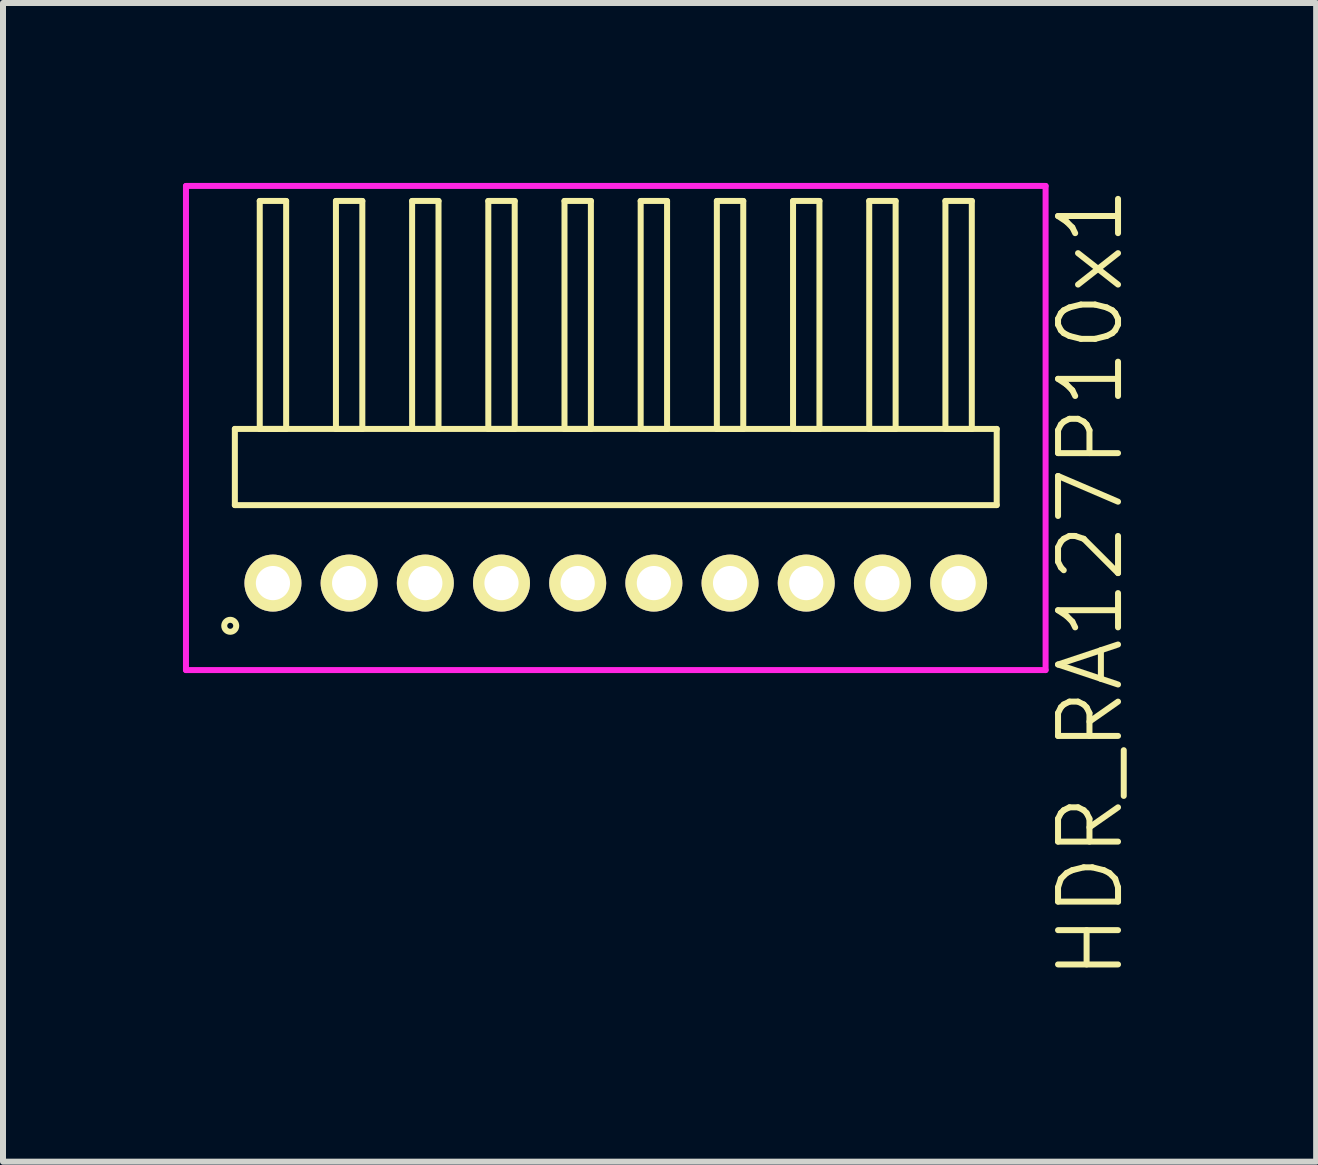
<source format=kicad_pcb>
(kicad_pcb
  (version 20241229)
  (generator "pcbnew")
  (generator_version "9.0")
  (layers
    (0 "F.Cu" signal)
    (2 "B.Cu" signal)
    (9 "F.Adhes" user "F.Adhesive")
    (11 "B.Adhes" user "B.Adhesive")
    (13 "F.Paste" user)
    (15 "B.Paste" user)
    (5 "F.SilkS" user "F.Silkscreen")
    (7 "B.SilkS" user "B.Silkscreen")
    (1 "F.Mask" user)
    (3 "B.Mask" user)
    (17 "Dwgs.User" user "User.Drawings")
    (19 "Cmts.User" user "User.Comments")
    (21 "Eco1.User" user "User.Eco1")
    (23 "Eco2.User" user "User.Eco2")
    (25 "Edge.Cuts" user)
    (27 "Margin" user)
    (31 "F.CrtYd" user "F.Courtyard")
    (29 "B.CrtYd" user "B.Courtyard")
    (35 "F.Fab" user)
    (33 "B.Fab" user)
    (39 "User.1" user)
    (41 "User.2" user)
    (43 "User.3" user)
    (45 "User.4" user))
  (footprint "HDR_RA127P10x1"
    (layer "F.Cu")
    (at 7.215 6.67)
    (property "Reference" "HDR_RA127P10x1" (at 7.915 0 90) (layer "F.SilkS") (effects (font (size 1 1) (thickness 0.1))))
    (attr through_hole)
    (fp_line (start -6.35 -2.57) (end -6.35 -1.3) (stroke (width 0.1) (type solid)) (layer "F.SilkS"))
    (fp_line (start -6.35 -1.3) (end 6.35 -1.3) (stroke (width 0.1) (type solid)) (layer "F.SilkS"))
    (fp_line (start -5.935 -6.37) (end -5.935 -2.57) (stroke (width 0.1) (type solid)) (layer "F.SilkS"))
    (fp_line (start -5.935 -2.57) (end -5.495 -2.57) (stroke (width 0.1) (type solid)) (layer "F.SilkS"))
    (fp_line (start -5.495 -6.37) (end -5.935 -6.37) (stroke (width 0.1) (type solid)) (layer "F.SilkS"))
    (fp_line (start -5.495 -2.57) (end -5.495 -6.37) (stroke (width 0.1) (type solid)) (layer "F.SilkS"))
    (fp_line (start -4.665 -6.37) (end -4.665 -2.57) (stroke (width 0.1) (type solid)) (layer "F.SilkS"))
    (fp_line (start -4.665 -2.57) (end -4.225 -2.57) (stroke (width 0.1) (type solid)) (layer "F.SilkS"))
    (fp_line (start -4.225 -6.37) (end -4.665 -6.37) (stroke (width 0.1) (type solid)) (layer "F.SilkS"))
    (fp_line (start -4.225 -2.57) (end -4.225 -6.37) (stroke (width 0.1) (type solid)) (layer "F.SilkS"))
    (fp_line (start -3.395 -6.37) (end -3.395 -2.57) (stroke (width 0.1) (type solid)) (layer "F.SilkS"))
    (fp_line (start -3.395 -2.57) (end -2.955 -2.57) (stroke (width 0.1) (type solid)) (layer "F.SilkS"))
    (fp_line (start -2.955 -6.37) (end -3.395 -6.37) (stroke (width 0.1) (type solid)) (layer "F.SilkS"))
    (fp_line (start -2.955 -2.57) (end -2.955 -6.37) (stroke (width 0.1) (type solid)) (layer "F.SilkS"))
    (fp_line (start -2.125 -6.37) (end -2.125 -2.57) (stroke (width 0.1) (type solid)) (layer "F.SilkS"))
    (fp_line (start -2.125 -2.57) (end -1.685 -2.57) (stroke (width 0.1) (type solid)) (layer "F.SilkS"))
    (fp_line (start -1.685 -6.37) (end -2.125 -6.37) (stroke (width 0.1) (type solid)) (layer "F.SilkS"))
    (fp_line (start -1.685 -2.57) (end -1.685 -6.37) (stroke (width 0.1) (type solid)) (layer "F.SilkS"))
    (fp_line (start -0.855 -6.37) (end -0.855 -2.57) (stroke (width 0.1) (type solid)) (layer "F.SilkS"))
    (fp_line (start -0.855 -2.57) (end -0.415 -2.57) (stroke (width 0.1) (type solid)) (layer "F.SilkS"))
    (fp_line (start -0.415 -6.37) (end -0.855 -6.37) (stroke (width 0.1) (type solid)) (layer "F.SilkS"))
    (fp_line (start -0.415 -2.57) (end -0.415 -6.37) (stroke (width 0.1) (type solid)) (layer "F.SilkS"))
    (fp_line (start 0.415 -6.37) (end 0.415 -2.57) (stroke (width 0.1) (type solid)) (layer "F.SilkS"))
    (fp_line (start 0.415 -2.57) (end 0.855 -2.57) (stroke (width 0.1) (type solid)) (layer "F.SilkS"))
    (fp_line (start 0.855 -6.37) (end 0.415 -6.37) (stroke (width 0.1) (type solid)) (layer "F.SilkS"))
    (fp_line (start 0.855 -2.57) (end 0.855 -6.37) (stroke (width 0.1) (type solid)) (layer "F.SilkS"))
    (fp_line (start 1.685 -6.37) (end 1.685 -2.57) (stroke (width 0.1) (type solid)) (layer "F.SilkS"))
    (fp_line (start 1.685 -2.57) (end 2.125 -2.57) (stroke (width 0.1) (type solid)) (layer "F.SilkS"))
    (fp_line (start 2.125 -6.37) (end 1.685 -6.37) (stroke (width 0.1) (type solid)) (layer "F.SilkS"))
    (fp_line (start 2.125 -2.57) (end 2.125 -6.37) (stroke (width 0.1) (type solid)) (layer "F.SilkS"))
    (fp_line (start 2.955 -6.37) (end 2.955 -2.57) (stroke (width 0.1) (type solid)) (layer "F.SilkS"))
    (fp_line (start 2.955 -2.57) (end 3.395 -2.57) (stroke (width 0.1) (type solid)) (layer "F.SilkS"))
    (fp_line (start 3.395 -6.37) (end 2.955 -6.37) (stroke (width 0.1) (type solid)) (layer "F.SilkS"))
    (fp_line (start 3.395 -2.57) (end 3.395 -6.37) (stroke (width 0.1) (type solid)) (layer "F.SilkS"))
    (fp_line (start 4.225 -6.37) (end 4.225 -2.57) (stroke (width 0.1) (type solid)) (layer "F.SilkS"))
    (fp_line (start 4.225 -2.57) (end 4.665 -2.57) (stroke (width 0.1) (type solid)) (layer "F.SilkS"))
    (fp_line (start 4.665 -6.37) (end 4.225 -6.37) (stroke (width 0.1) (type solid)) (layer "F.SilkS"))
    (fp_line (start 4.665 -2.57) (end 4.665 -6.37) (stroke (width 0.1) (type solid)) (layer "F.SilkS"))
    (fp_line (start 5.495 -6.37) (end 5.495 -2.57) (stroke (width 0.1) (type solid)) (layer "F.SilkS"))
    (fp_line (start 5.495 -2.57) (end 5.935 -2.57) (stroke (width 0.1) (type solid)) (layer "F.SilkS"))
    (fp_line (start 5.935 -6.37) (end 5.495 -6.37) (stroke (width 0.1) (type solid)) (layer "F.SilkS"))
    (fp_line (start 5.935 -2.57) (end 5.935 -6.37) (stroke (width 0.1) (type solid)) (layer "F.SilkS"))
    (fp_line (start 6.35 -2.57) (end -6.35 -2.57) (stroke (width 0.1) (type solid)) (layer "F.SilkS"))
    (fp_line (start 6.35 -1.3) (end 6.35 -2.57) (stroke (width 0.1) (type solid)) (layer "F.SilkS"))
    (fp_circle (center -6.427 0.712) (end -6.327 0.712) (stroke (width 0.1) (type solid)) (fill no) (layer "F.SilkS"))
    (fp_line (start -7.165 -6.62) (end -7.165 1.45) (stroke (width 0.1) (type solid)) (layer "F.CrtYd"))
    (fp_line (start -7.165 1.45) (end 7.165 1.45) (stroke (width 0.1) (type solid)) (layer "F.CrtYd"))
    (fp_line (start 7.165 -6.62) (end -7.165 -6.62) (stroke (width 0.1) (type solid)) (layer "F.CrtYd"))
    (fp_line (start 7.165 1.45) (end 7.165 -6.62) (stroke (width 0.1) (type solid)) (layer "F.CrtYd"))
    (pad "1" thru_hole oval (at -5.715 0) (size 0.95 0.95) (drill 0.57) (layers "*.Cu" "*.Mask" "F.SilkS"))
    (pad "2" thru_hole oval (at -4.445 0) (size 0.95 0.95) (drill 0.57) (layers "*.Cu" "*.Mask" "F.SilkS"))
    (pad "3" thru_hole oval (at -3.175 0) (size 0.95 0.95) (drill 0.57) (layers "*.Cu" "*.Mask" "F.SilkS"))
    (pad "4" thru_hole oval (at -1.905 0) (size 0.95 0.95) (drill 0.57) (layers "*.Cu" "*.Mask" "F.SilkS"))
    (pad "5" thru_hole oval (at -0.635 0) (size 0.95 0.95) (drill 0.57) (layers "*.Cu" "*.Mask" "F.SilkS"))
    (pad "6" thru_hole oval (at 0.635 0) (size 0.95 0.95) (drill 0.57) (layers "*.Cu" "*.Mask" "F.SilkS"))
    (pad "7" thru_hole oval (at 1.905 0) (size 0.95 0.95) (drill 0.57) (layers "*.Cu" "*.Mask" "F.SilkS"))
    (pad "8" thru_hole oval (at 3.175 0) (size 0.95 0.95) (drill 0.57) (layers "*.Cu" "*.Mask" "F.SilkS"))
    (pad "9" thru_hole oval (at 4.445 0) (size 0.95 0.95) (drill 0.57) (layers "*.Cu" "*.Mask" "F.SilkS"))
    (pad "10" thru_hole oval (at 5.715 0) (size 0.95 0.95) (drill 0.57) (layers "*.Cu" "*.Mask" "F.SilkS")))
  (gr_rect
    (start -3 -3)
    (end 18.89 16.315)
    (stroke (width 0.1) (type default))
    (fill no)
    (layer "Edge.Cuts")))
</source>
